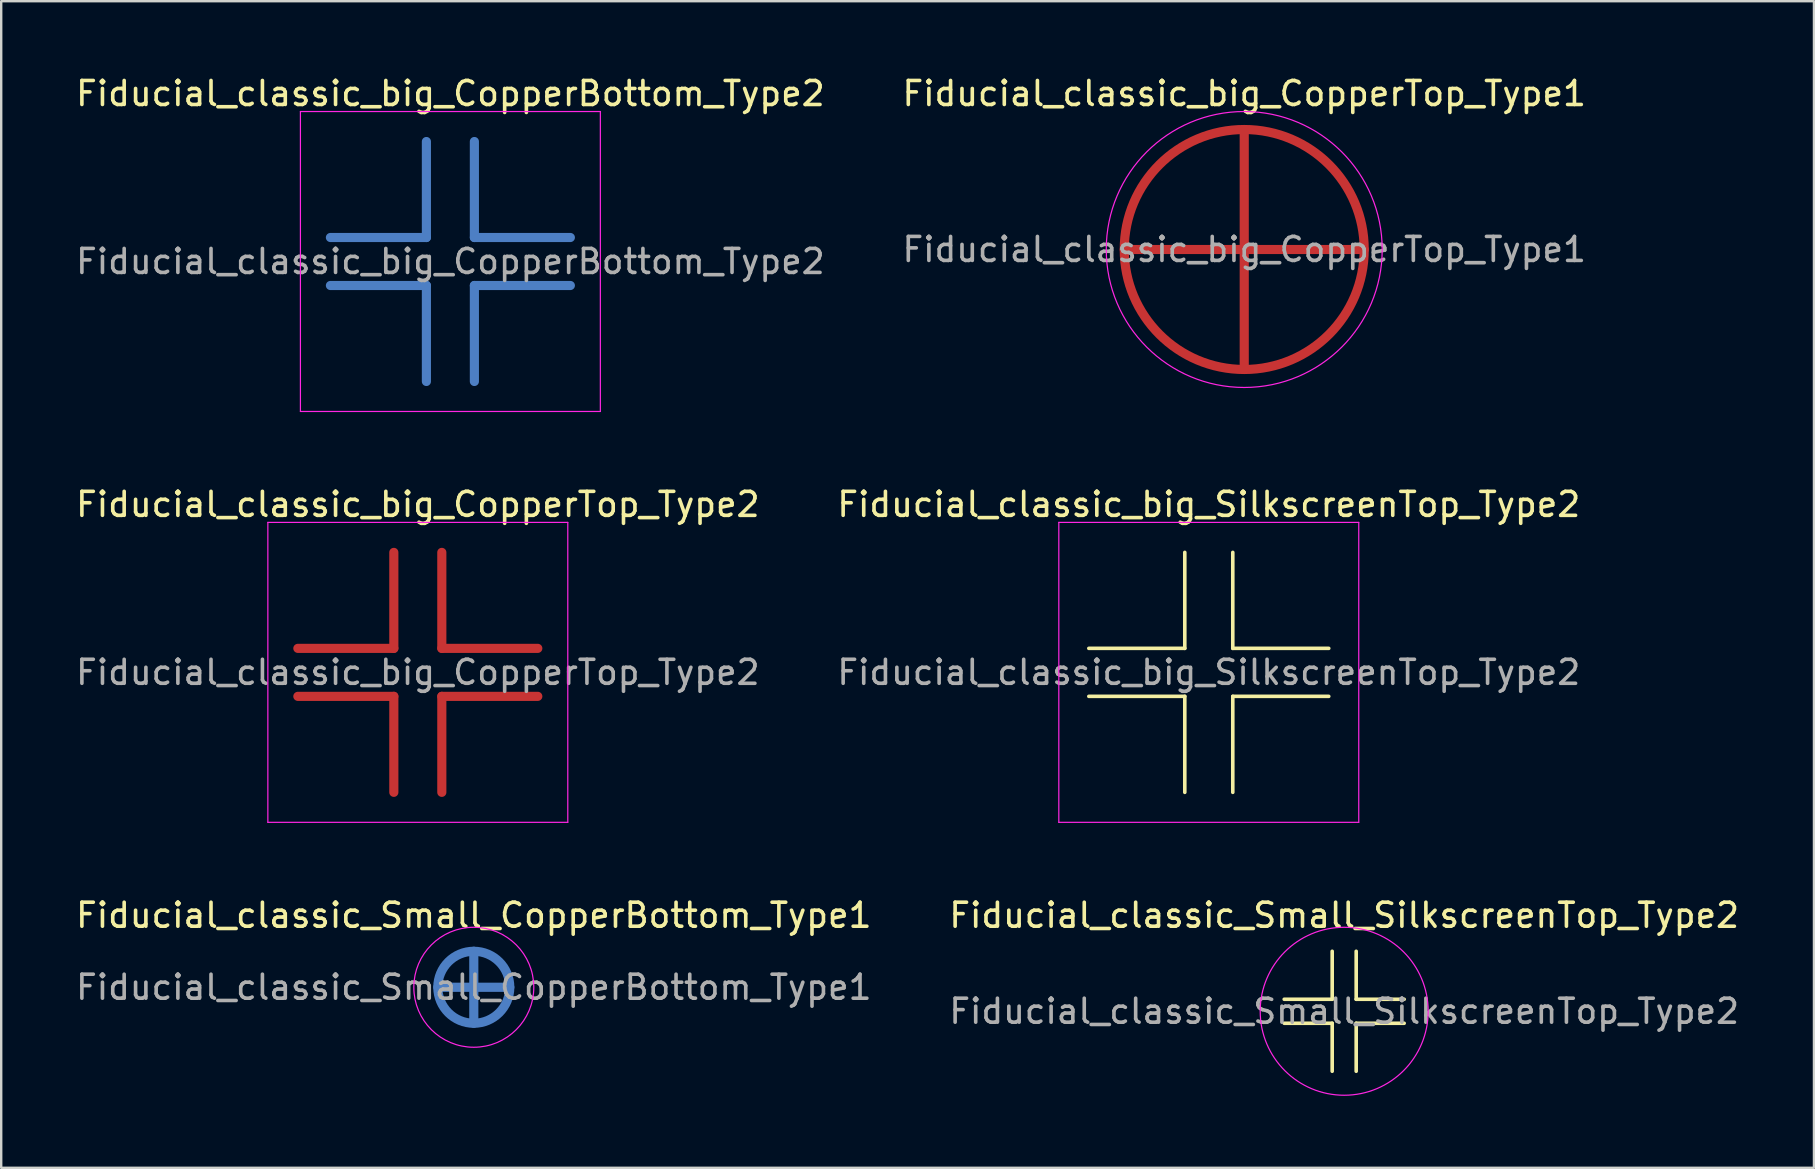
<source format=kicad_pcb>
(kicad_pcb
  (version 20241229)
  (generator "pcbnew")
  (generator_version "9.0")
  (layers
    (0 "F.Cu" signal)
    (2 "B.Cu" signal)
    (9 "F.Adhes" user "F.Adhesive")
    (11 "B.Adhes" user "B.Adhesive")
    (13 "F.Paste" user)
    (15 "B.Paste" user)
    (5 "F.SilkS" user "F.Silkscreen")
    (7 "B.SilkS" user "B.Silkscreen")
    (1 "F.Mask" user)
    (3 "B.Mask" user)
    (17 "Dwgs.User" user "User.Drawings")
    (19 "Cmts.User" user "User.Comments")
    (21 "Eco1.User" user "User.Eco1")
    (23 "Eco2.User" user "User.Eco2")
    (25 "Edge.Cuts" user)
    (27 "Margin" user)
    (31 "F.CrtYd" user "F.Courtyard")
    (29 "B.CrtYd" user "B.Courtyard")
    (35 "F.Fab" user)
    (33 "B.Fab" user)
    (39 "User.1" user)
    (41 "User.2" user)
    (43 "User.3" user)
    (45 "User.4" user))
  (footprint "Fiducial_classic_big_CopperBottom_Type2"
    (layer "F.Cu")
    (at 15.72 7.848)
    (property "Reference" "Fiducial_classic_big_CopperBottom_Type2" (at 0 -7 0) (layer "F.SilkS") (effects (font (size 1 1) (thickness 0.15))))
    (attr smd)
    (fp_line (start -1 -1) (end -5 -1) (stroke (width 0.381) (type solid)) (layer "B.Cu"))
    (fp_line (start -1 -1) (end -1 -5) (stroke (width 0.381) (type solid)) (layer "B.Cu"))
    (fp_line (start -1 1) (end -5 1) (stroke (width 0.381) (type solid)) (layer "B.Cu"))
    (fp_line (start -1 1) (end -1 5) (stroke (width 0.381) (type solid)) (layer "B.Cu"))
    (fp_line (start 1 -1) (end 1 -5) (stroke (width 0.381) (type solid)) (layer "B.Cu"))
    (fp_line (start 1 -1) (end 5 -1) (stroke (width 0.381) (type solid)) (layer "B.Cu"))
    (fp_line (start 1 1) (end 1 5) (stroke (width 0.381) (type solid)) (layer "B.Cu"))
    (fp_line (start 1 1) (end 5 1) (stroke (width 0.381) (type solid)) (layer "B.Cu"))
    (fp_line (start -6.25 -6.25) (end 6.25 -6.25) (stroke (width 0.05) (type solid)) (layer "F.CrtYd"))
    (fp_line (start -6.25 6.25) (end -6.25 -6.25) (stroke (width 0.05) (type solid)) (layer "F.CrtYd"))
    (fp_line (start 6.25 -6.25) (end 6.25 6.25) (stroke (width 0.05) (type solid)) (layer "F.CrtYd"))
    (fp_line (start 6.25 6.25) (end -6.25 6.25) (stroke (width 0.05) (type solid)) (layer "F.CrtYd"))
    (fp_text user "${REFERENCE}" (at 0 0 0) (layer "F.Fab") (effects (font (size 1 1) (thickness 0.15))))
    (pad "" smd rect (at 0 0) (size 12 12) (layers "B.Mask")))
  (footprint "Fiducial_classic_big_CopperTop_Type2"
    (layer "F.Cu")
    (at 14.363 24.971)
    (property "Reference" "Fiducial_classic_big_CopperTop_Type2" (at 0 -7 0) (layer "F.SilkS") (effects (font (size 1 1) (thickness 0.15))))
    (attr smd)
    (fp_line (start -1 -1) (end -5 -1) (stroke (width 0.381) (type solid)) (layer "F.Cu"))
    (fp_line (start -1 -1) (end -1 -5) (stroke (width 0.381) (type solid)) (layer "F.Cu"))
    (fp_line (start -1 1) (end -5 1) (stroke (width 0.381) (type solid)) (layer "F.Cu"))
    (fp_line (start -1 1) (end -1 5) (stroke (width 0.381) (type solid)) (layer "F.Cu"))
    (fp_line (start 1 -1) (end 1 -5) (stroke (width 0.381) (type solid)) (layer "F.Cu"))
    (fp_line (start 1 -1) (end 5 -1) (stroke (width 0.381) (type solid)) (layer "F.Cu"))
    (fp_line (start 1 1) (end 1 5) (stroke (width 0.381) (type solid)) (layer "F.Cu"))
    (fp_line (start 1 1) (end 5 1) (stroke (width 0.381) (type solid)) (layer "F.Cu"))
    (fp_line (start -6.25 -6.25) (end 6.25 -6.25) (stroke (width 0.05) (type solid)) (layer "F.CrtYd"))
    (fp_line (start -6.25 6.25) (end -6.25 -6.25) (stroke (width 0.05) (type solid)) (layer "F.CrtYd"))
    (fp_line (start 6.25 -6.25) (end 6.25 6.25) (stroke (width 0.05) (type solid)) (layer "F.CrtYd"))
    (fp_line (start 6.25 6.25) (end -6.25 6.25) (stroke (width 0.05) (type solid)) (layer "F.CrtYd"))
    (fp_text user "${REFERENCE}" (at 0 0 0) (layer "F.Fab") (effects (font (size 1 1) (thickness 0.15))))
    (pad "" smd rect (at 0 0) (size 12 12) (layers "F.Mask")))
  (footprint "Fiducial_classic_Small_SilkscreenTop_Type2"
    (layer "F.Cu")
    (at 52.97 39.095)
    (property "Reference" "Fiducial_classic_Small_SilkscreenTop_Type2" (at 0 -4 0) (layer "F.SilkS") (effects (font (size 1 1) (thickness 0.15))))
    (attr smd)
    (fp_line (start -0.5 -0.5) (end -2.5 -0.5) (stroke (width 0.15) (type solid)) (layer "F.SilkS"))
    (fp_line (start -0.5 -0.5) (end -0.5 -2.5) (stroke (width 0.15) (type solid)) (layer "F.SilkS"))
    (fp_line (start -0.5 0.5) (end -2.5 0.5) (stroke (width 0.15) (type solid)) (layer "F.SilkS"))
    (fp_line (start -0.5 0.5) (end -0.5 2.5) (stroke (width 0.15) (type solid)) (layer "F.SilkS"))
    (fp_line (start 0.5 -0.5) (end 0.5 -2.5) (stroke (width 0.15) (type solid)) (layer "F.SilkS"))
    (fp_line (start 0.5 -0.5) (end 2.5 -0.5) (stroke (width 0.15) (type solid)) (layer "F.SilkS"))
    (fp_line (start 0.5 0.5) (end 0.5 2.5) (stroke (width 0.15) (type solid)) (layer "F.SilkS"))
    (fp_line (start 0.5 0.5) (end 2.5 0.5) (stroke (width 0.15) (type solid)) (layer "F.SilkS"))
    (fp_circle (center 0 0) (end 3.5 0) (stroke (width 0.05) (type solid)) (fill no) (layer "F.CrtYd"))
    (fp_text user "${REFERENCE}" (at 0 0 0) (layer "F.Fab") (effects (font (size 1 1) (thickness 0.15))))
    (pad "" smd circle (at 0 0) (size 6.5 6.5) (layers "F.Mask")))
  (footprint "Fiducial_classic_big_SilkscreenTop_Type2"
    (layer "F.Cu")
    (at 47.327 24.971)
    (property "Reference" "Fiducial_classic_big_SilkscreenTop_Type2" (at 0 -7 0) (layer "F.SilkS") (effects (font (size 1 1) (thickness 0.15))))
    (attr smd)
    (fp_line (start -1 -1) (end -5 -1) (stroke (width 0.15) (type solid)) (layer "F.SilkS"))
    (fp_line (start -1 -1) (end -1 -5) (stroke (width 0.15) (type solid)) (layer "F.SilkS"))
    (fp_line (start -1 1) (end -5 1) (stroke (width 0.15) (type solid)) (layer "F.SilkS"))
    (fp_line (start -1 1) (end -1 5) (stroke (width 0.15) (type solid)) (layer "F.SilkS"))
    (fp_line (start 1 -1) (end 1 -5) (stroke (width 0.15) (type solid)) (layer "F.SilkS"))
    (fp_line (start 1 -1) (end 5 -1) (stroke (width 0.15) (type solid)) (layer "F.SilkS"))
    (fp_line (start 1 1) (end 1 5) (stroke (width 0.15) (type solid)) (layer "F.SilkS"))
    (fp_line (start 1 1) (end 5 1) (stroke (width 0.15) (type solid)) (layer "F.SilkS"))
    (fp_line (start -6.25 -6.25) (end 6.25 -6.25) (stroke (width 0.05) (type solid)) (layer "F.CrtYd"))
    (fp_line (start -6.25 6.25) (end -6.25 -6.25) (stroke (width 0.05) (type solid)) (layer "F.CrtYd"))
    (fp_line (start 6.25 -6.25) (end 6.25 6.25) (stroke (width 0.05) (type solid)) (layer "F.CrtYd"))
    (fp_line (start 6.25 6.25) (end -6.25 6.25) (stroke (width 0.05) (type solid)) (layer "F.CrtYd"))
    (fp_text user "${REFERENCE}" (at 0 0 0) (layer "F.Fab") (effects (font (size 1 1) (thickness 0.15))))
    (pad "" smd rect (at 0 0) (size 12 12) (layers "F.Mask")))
  (footprint "Fiducial_classic_Small_CopperBottom_Type1"
    (layer "F.Cu")
    (at 16.696 38.095)
    (property "Reference" "Fiducial_classic_Small_CopperBottom_Type1" (at 0 -3 0) (layer "F.SilkS") (effects (font (size 1 1) (thickness 0.15))))
    (attr smd)
    (fp_line (start -1.5 0) (end 1.5 0) (stroke (width 0.381) (type solid)) (layer "B.Cu"))
    (fp_line (start 0 -1.5) (end 0 1.5) (stroke (width 0.381) (type solid)) (layer "B.Cu"))
    (fp_circle (center 0 0) (end 1.5 0) (stroke (width 0.381) (type solid)) (fill no) (layer "B.Cu"))
    (fp_circle (center 0 0) (end 2.5 0) (stroke (width 0.05) (type solid)) (fill no) (layer "F.CrtYd"))
    (fp_text user "${REFERENCE}" (at 0 0 0) (layer "F.Fab") (effects (font (size 1 1) (thickness 0.15))))
    (pad "" smd circle (at 0 0) (size 4.5 4.5) (layers "B.Mask")))
  (footprint "Fiducial_classic_big_CopperTop_Type1"
    (layer "F.Cu")
    (at 48.804 7.348)
    (property "Reference" "Fiducial_classic_big_CopperTop_Type1" (at 0 -6.5 0) (layer "F.SilkS") (effects (font (size 1 1) (thickness 0.15))))
    (attr smd)
    (fp_line (start -5 0) (end 5 0) (stroke (width 0.381) (type solid)) (layer "F.Cu"))
    (fp_line (start 0 -5) (end 0 5) (stroke (width 0.381) (type solid)) (layer "F.Cu"))
    (fp_circle (center 0 0) (end 5 0) (stroke (width 0.381) (type solid)) (fill no) (layer "F.Cu"))
    (fp_circle (center 0 0) (end 5.75 0) (stroke (width 0.05) (type solid)) (fill no) (layer "F.CrtYd"))
    (fp_text user "${REFERENCE}" (at 0 0 0) (layer "F.Fab") (effects (font (size 1 1) (thickness 0.15))))
    (pad "" smd circle (at 0 0) (size 11 11) (layers "F.Mask")))
  (gr_rect
    (start -3 -3)
    (end 72.548 45.62)
    (stroke (width 0.1) (type default))
    (fill no)
    (layer "Edge.Cuts")))
</source>
